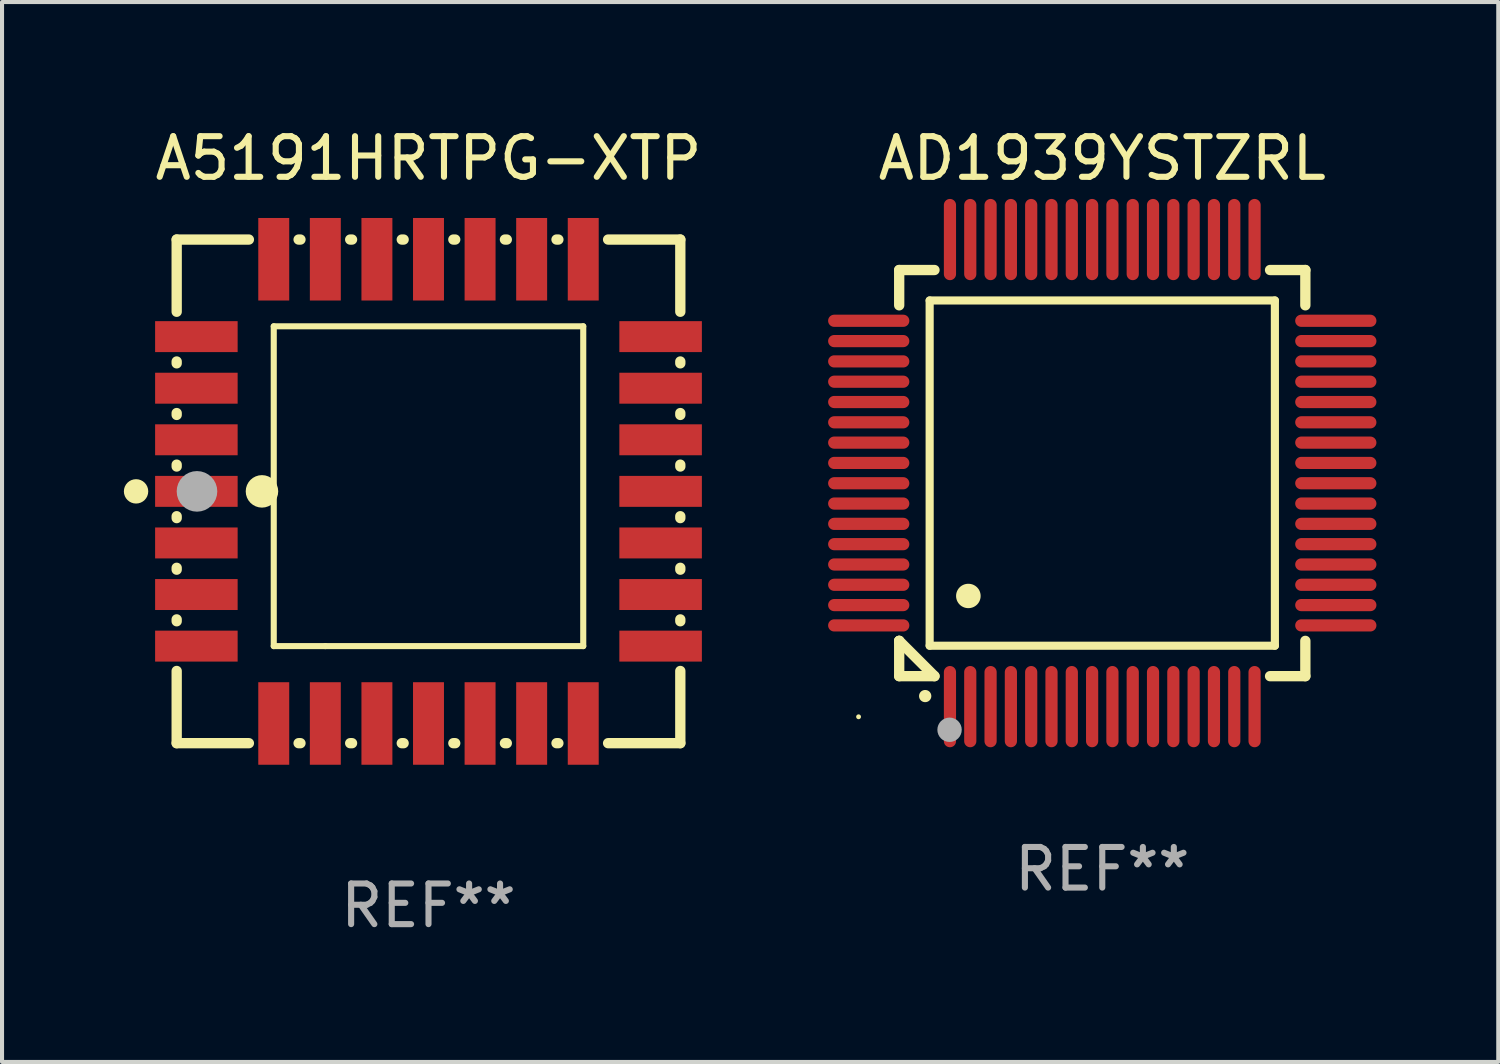
<source format=kicad_pcb>
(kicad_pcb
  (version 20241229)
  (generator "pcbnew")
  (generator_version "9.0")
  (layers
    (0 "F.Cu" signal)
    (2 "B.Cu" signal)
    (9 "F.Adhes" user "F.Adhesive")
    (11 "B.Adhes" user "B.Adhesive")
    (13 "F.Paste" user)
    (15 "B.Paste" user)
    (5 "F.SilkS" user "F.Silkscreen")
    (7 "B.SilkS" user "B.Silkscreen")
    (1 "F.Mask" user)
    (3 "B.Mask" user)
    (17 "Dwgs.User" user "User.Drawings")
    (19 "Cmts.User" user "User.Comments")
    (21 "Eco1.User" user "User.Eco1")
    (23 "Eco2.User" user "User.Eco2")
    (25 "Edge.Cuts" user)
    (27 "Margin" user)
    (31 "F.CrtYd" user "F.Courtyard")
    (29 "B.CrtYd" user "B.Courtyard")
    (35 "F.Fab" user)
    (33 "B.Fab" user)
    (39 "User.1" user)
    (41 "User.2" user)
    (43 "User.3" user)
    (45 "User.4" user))
  (footprint "A5191HRTPG-XTP"
    (layer "F.Cu")
    (at 7.5 9.048)
    (property "Reference" "A5191HRTPG-XTP" (at 0 -8.2 0) (layer "F.SilkS") (effects (font (size 1 1) (thickness 0.15))))
    (attr through_hole)
    (fp_line (start -6.2 -6.2) (end -4.422 -6.2) (stroke (width 0.254) (type solid)) (layer "F.SilkS"))
    (fp_line (start -6.2 -4.422) (end -6.2 -6.2) (stroke (width 0.254) (type solid)) (layer "F.SilkS"))
    (fp_line (start -6.2 -3.152) (end -6.2 -3.198) (stroke (width 0.254) (type solid)) (layer "F.SilkS"))
    (fp_line (start -6.2 -1.882) (end -6.2 -1.928) (stroke (width 0.254) (type solid)) (layer "F.SilkS"))
    (fp_line (start -6.2 -0.612) (end -6.2 -0.658) (stroke (width 0.254) (type solid)) (layer "F.SilkS"))
    (fp_line (start -6.2 0.658) (end -6.2 0.612) (stroke (width 0.254) (type solid)) (layer "F.SilkS"))
    (fp_line (start -6.2 1.928) (end -6.2 1.882) (stroke (width 0.254) (type solid)) (layer "F.SilkS"))
    (fp_line (start -6.2 3.198) (end -6.2 3.152) (stroke (width 0.254) (type solid)) (layer "F.SilkS"))
    (fp_line (start -6.2 6.2) (end -6.2 4.422) (stroke (width 0.254) (type solid)) (layer "F.SilkS"))
    (fp_line (start -4.422 6.2) (end -6.2 6.2) (stroke (width 0.254) (type solid)) (layer "F.SilkS"))
    (fp_line (start -3.81 -4.064) (end 3.81 -4.064) (stroke (width 0.15) (type solid)) (layer "F.SilkS"))
    (fp_line (start -3.81 3.81) (end -3.81 -4.064) (stroke (width 0.15) (type solid)) (layer "F.SilkS"))
    (fp_line (start -3.198 -6.2) (end -3.152 -6.2) (stroke (width 0.254) (type solid)) (layer "F.SilkS"))
    (fp_line (start -3.152 6.2) (end -3.198 6.2) (stroke (width 0.254) (type solid)) (layer "F.SilkS"))
    (fp_line (start -2.54 3.81) (end -3.81 3.81) (stroke (width 0.15) (type solid)) (layer "F.SilkS"))
    (fp_line (start -1.928 -6.2) (end -1.882 -6.2) (stroke (width 0.254) (type solid)) (layer "F.SilkS"))
    (fp_line (start -1.882 6.2) (end -1.928 6.2) (stroke (width 0.254) (type solid)) (layer "F.SilkS"))
    (fp_line (start -0.658 -6.2) (end -0.612 -6.2) (stroke (width 0.254) (type solid)) (layer "F.SilkS"))
    (fp_line (start -0.612 6.2) (end -0.658 6.2) (stroke (width 0.254) (type solid)) (layer "F.SilkS"))
    (fp_line (start 0.612 -6.2) (end 0.658 -6.2) (stroke (width 0.254) (type solid)) (layer "F.SilkS"))
    (fp_line (start 0.658 6.2) (end 0.612 6.2) (stroke (width 0.254) (type solid)) (layer "F.SilkS"))
    (fp_line (start 1.882 -6.2) (end 1.928 -6.2) (stroke (width 0.254) (type solid)) (layer "F.SilkS"))
    (fp_line (start 1.928 6.2) (end 1.882 6.2) (stroke (width 0.254) (type solid)) (layer "F.SilkS"))
    (fp_line (start 3.152 -6.2) (end 3.198 -6.2) (stroke (width 0.254) (type solid)) (layer "F.SilkS"))
    (fp_line (start 3.198 6.2) (end 3.152 6.2) (stroke (width 0.254) (type solid)) (layer "F.SilkS"))
    (fp_line (start 3.81 -4.064) (end 3.81 3.81) (stroke (width 0.15) (type solid)) (layer "F.SilkS"))
    (fp_line (start 3.81 3.81) (end -2.54 3.81) (stroke (width 0.15) (type solid)) (layer "F.SilkS"))
    (fp_line (start 4.422 -6.2) (end 6.2 -6.2) (stroke (width 0.254) (type solid)) (layer "F.SilkS"))
    (fp_line (start 6.2 -6.2) (end 6.2 -4.422) (stroke (width 0.254) (type solid)) (layer "F.SilkS"))
    (fp_line (start 6.2 -3.198) (end 6.2 -3.152) (stroke (width 0.254) (type solid)) (layer "F.SilkS"))
    (fp_line (start 6.2 -1.928) (end 6.2 -1.882) (stroke (width 0.254) (type solid)) (layer "F.SilkS"))
    (fp_line (start 6.2 -0.658) (end 6.2 -0.612) (stroke (width 0.254) (type solid)) (layer "F.SilkS"))
    (fp_line (start 6.2 0.612) (end 6.2 0.658) (stroke (width 0.254) (type solid)) (layer "F.SilkS"))
    (fp_line (start 6.2 1.882) (end 6.2 1.928) (stroke (width 0.254) (type solid)) (layer "F.SilkS"))
    (fp_line (start 6.2 3.152) (end 6.2 3.198) (stroke (width 0.254) (type solid)) (layer "F.SilkS"))
    (fp_line (start 6.2 4.422) (end 6.2 6.2) (stroke (width 0.254) (type solid)) (layer "F.SilkS"))
    (fp_line (start 6.2 6.2) (end 4.422 6.2) (stroke (width 0.254) (type solid)) (layer "F.SilkS"))
    (fp_circle (center -7.2 0) (end -7.05 0) (stroke (width 0.3) (type solid)) (fill no) (layer "F.SilkS"))
    (fp_circle (center -6.223 6.223) (end -6.193 6.223) (stroke (width 0.06) (type solid)) (fill no) (layer "F.SilkS"))
    (fp_circle (center -4.1 0) (end -3.9 0) (stroke (width 0.4) (type solid)) (fill no) (layer "F.SilkS"))
    (fp_circle (center -5.7 0) (end -5.45 0) (stroke (width 0.5) (type solid)) (fill no) (layer "F.Fab"))
    (fp_text user "REF**" (at 0 10.2 0) (layer "F.Fab") (effects (font (size 1 1) (thickness 0.15))))
    (pad "1" smd rect (at -5.715 0) (size 2.032 0.762) (layers "F.Cu" "F.Mask" "F.Paste"))
    (pad "2" smd rect (at -5.715 1.27) (size 2.032 0.762) (layers "F.Cu" "F.Mask" "F.Paste"))
    (pad "3" smd rect (at -5.715 2.54) (size 2.032 0.762) (layers "F.Cu" "F.Mask" "F.Paste"))
    (pad "4" smd rect (at -5.715 3.81) (size 2.032 0.762) (layers "F.Cu" "F.Mask" "F.Paste"))
    (pad "5" smd rect (at -3.81 5.715) (size 0.762 2.032) (layers "F.Cu" "F.Mask" "F.Paste"))
    (pad "6" smd rect (at -2.54 5.715) (size 0.762 2.032) (layers "F.Cu" "F.Mask" "F.Paste"))
    (pad "7" smd rect (at -1.27 5.715) (size 0.762 2.032) (layers "F.Cu" "F.Mask" "F.Paste"))
    (pad "8" smd rect (at 0 5.715) (size 0.762 2.032) (layers "F.Cu" "F.Mask" "F.Paste"))
    (pad "9" smd rect (at 1.27 5.715) (size 0.762 2.032) (layers "F.Cu" "F.Mask" "F.Paste"))
    (pad "10" smd rect (at 2.54 5.715) (size 0.762 2.032) (layers "F.Cu" "F.Mask" "F.Paste"))
    (pad "11" smd rect (at 3.81 5.715) (size 0.762 2.032) (layers "F.Cu" "F.Mask" "F.Paste"))
    (pad "12" smd rect (at 5.715 3.81) (size 2.032 0.762) (layers "F.Cu" "F.Mask" "F.Paste"))
    (pad "13" smd rect (at 5.715 2.54) (size 2.032 0.762) (layers "F.Cu" "F.Mask" "F.Paste"))
    (pad "14" smd rect (at 5.715 1.27) (size 2.032 0.762) (layers "F.Cu" "F.Mask" "F.Paste"))
    (pad "15" smd rect (at 5.715 0) (size 2.032 0.762) (layers "F.Cu" "F.Mask" "F.Paste"))
    (pad "16" smd rect (at 5.715 -1.27) (size 2.032 0.762) (layers "F.Cu" "F.Mask" "F.Paste"))
    (pad "17" smd rect (at 5.715 -2.54) (size 2.032 0.762) (layers "F.Cu" "F.Mask" "F.Paste"))
    (pad "18" smd rect (at 5.715 -3.81) (size 2.032 0.762) (layers "F.Cu" "F.Mask" "F.Paste"))
    (pad "19" smd rect (at 3.81 -5.715) (size 0.762 2.032) (layers "F.Cu" "F.Mask" "F.Paste"))
    (pad "20" smd rect (at 2.54 -5.715) (size 0.762 2.032) (layers "F.Cu" "F.Mask" "F.Paste"))
    (pad "21" smd rect (at 1.27 -5.715) (size 0.762 2.032) (layers "F.Cu" "F.Mask" "F.Paste"))
    (pad "22" smd rect (at 0 -5.715) (size 0.762 2.032) (layers "F.Cu" "F.Mask" "F.Paste"))
    (pad "23" smd rect (at -1.27 -5.715) (size 0.762 2.032) (layers "F.Cu" "F.Mask" "F.Paste"))
    (pad "24" smd rect (at -2.54 -5.715) (size 0.762 2.032) (layers "F.Cu" "F.Mask" "F.Paste"))
    (pad "25" smd rect (at -3.81 -5.715) (size 0.762 2.032) (layers "F.Cu" "F.Mask" "F.Paste"))
    (pad "26" smd rect (at -5.715 -3.81) (size 2.032 0.762) (layers "F.Cu" "F.Mask" "F.Paste"))
    (pad "27" smd rect (at -5.715 -2.54) (size 2.032 0.762) (layers "F.Cu" "F.Mask" "F.Paste"))
    (pad "28" smd rect (at -5.715 -1.27) (size 2.032 0.762) (layers "F.Cu" "F.Mask" "F.Paste")))
  (footprint "AD1939YSTZRL"
    (layer "F.Cu")
    (at 24.089 8.598)
    (property "Reference" "AD1939YSTZRL" (at 0 -7.75 0) (layer "F.SilkS") (effects (font (size 1 1) (thickness 0.15))))
    (attr through_hole)
    (fp_line (start -5 -5) (end -4.131 -5) (stroke (width 0.254) (type solid)) (layer "F.SilkS"))
    (fp_line (start -5 -4.131) (end -5 -5) (stroke (width 0.254) (type solid)) (layer "F.SilkS"))
    (fp_line (start -5 4.131) (end -5 4.131) (stroke (width 0.254) (type solid)) (layer "F.SilkS"))
    (fp_line (start -5 5) (end -5 4.131) (stroke (width 0.254) (type solid)) (layer "F.SilkS"))
    (fp_line (start -5 4.131) (end -4.131 5) (stroke (width 0.254) (type solid)) (layer "F.SilkS"))
    (fp_line (start -4.25 -4.25) (end -4.25 4.25) (stroke (width 0.2) (type solid)) (layer "F.SilkS"))
    (fp_line (start -4.25 4.25) (end 4.25 4.25) (stroke (width 0.2) (type solid)) (layer "F.SilkS"))
    (fp_line (start -4.131 5) (end -5 5) (stroke (width 0.254) (type solid)) (layer "F.SilkS"))
    (fp_line (start 4.25 -4.25) (end -4.25 -4.25) (stroke (width 0.2) (type solid)) (layer "F.SilkS"))
    (fp_line (start 4.25 4.25) (end 4.25 -4.25) (stroke (width 0.2) (type solid)) (layer "F.SilkS"))
    (fp_line (start 5 -5) (end 4.131 -5) (stroke (width 0.254) (type solid)) (layer "F.SilkS"))
    (fp_line (start 5 -5) (end 5 -4.131) (stroke (width 0.254) (type solid)) (layer "F.SilkS"))
    (fp_line (start 5 4.131) (end 5 5) (stroke (width 0.254) (type solid)) (layer "F.SilkS"))
    (fp_line (start 5 5) (end 4.131 5) (stroke (width 0.254) (type solid)) (layer "F.SilkS"))
    (fp_arc (start -4.361265 5.489992) (mid -4.359995 5.489987) (end -4.358725 5.489992) (stroke (width 0.3) (type solid)) (layer "F.SilkS"))
    (fp_arc (start -3.299467 3.025146) (mid -3.296927 3.025135) (end -3.294387 3.025146) (stroke (width 0.6) (type solid)) (layer "F.SilkS"))
    (fp_circle (center -6 6) (end -5.97 6) (stroke (width 0.06) (type solid)) (fill no) (layer "F.SilkS"))
    (fp_circle (center -3.76 6.32) (end -3.61 6.32) (stroke (width 0.3) (type solid)) (fill no) (layer "F.Fab"))
    (fp_text user "REF**" (at 0 9.75 0) (layer "F.Fab") (effects (font (size 1 1) (thickness 0.15))))
    (pad "1" smd oval (at -3.75 5.75) (size 0.3 2) (layers "F.Cu" "F.Mask" "F.Paste"))
    (pad "2" smd oval (at -3.25 5.75) (size 0.3 2) (layers "F.Cu" "F.Mask" "F.Paste"))
    (pad "3" smd oval (at -2.75 5.75) (size 0.3 2) (layers "F.Cu" "F.Mask" "F.Paste"))
    (pad "4" smd oval (at -2.25 5.75) (size 0.3 2) (layers "F.Cu" "F.Mask" "F.Paste"))
    (pad "5" smd oval (at -1.75 5.75) (size 0.3 2) (layers "F.Cu" "F.Mask" "F.Paste"))
    (pad "6" smd oval (at -1.25 5.75) (size 0.3 2) (layers "F.Cu" "F.Mask" "F.Paste"))
    (pad "7" smd oval (at -0.75 5.75) (size 0.3 2) (layers "F.Cu" "F.Mask" "F.Paste"))
    (pad "8" smd oval (at -0.25 5.75) (size 0.3 2) (layers "F.Cu" "F.Mask" "F.Paste"))
    (pad "9" smd oval (at 0.25 5.75) (size 0.3 2) (layers "F.Cu" "F.Mask" "F.Paste"))
    (pad "10" smd oval (at 0.75 5.75) (size 0.3 2) (layers "F.Cu" "F.Mask" "F.Paste"))
    (pad "11" smd oval (at 1.25 5.75) (size 0.3 2) (layers "F.Cu" "F.Mask" "F.Paste"))
    (pad "12" smd oval (at 1.75 5.75) (size 0.3 2) (layers "F.Cu" "F.Mask" "F.Paste"))
    (pad "13" smd oval (at 2.25 5.75) (size 0.3 2) (layers "F.Cu" "F.Mask" "F.Paste"))
    (pad "14" smd oval (at 2.75 5.75) (size 0.3 2) (layers "F.Cu" "F.Mask" "F.Paste"))
    (pad "15" smd oval (at 3.25 5.75) (size 0.3 2) (layers "F.Cu" "F.Mask" "F.Paste"))
    (pad "16" smd oval (at 3.75 5.75) (size 0.3 2) (layers "F.Cu" "F.Mask" "F.Paste"))
    (pad "17" smd oval (at 5.75 3.75) (size 2 0.3) (layers "F.Cu" "F.Mask" "F.Paste"))
    (pad "18" smd oval (at 5.75 3.25) (size 2 0.3) (layers "F.Cu" "F.Mask" "F.Paste"))
    (pad "19" smd oval (at 5.75 2.75) (size 2 0.3) (layers "F.Cu" "F.Mask" "F.Paste"))
    (pad "20" smd oval (at 5.75 2.25) (size 2 0.3) (layers "F.Cu" "F.Mask" "F.Paste"))
    (pad "21" smd oval (at 5.75 1.75) (size 2 0.3) (layers "F.Cu" "F.Mask" "F.Paste"))
    (pad "22" smd oval (at 5.75 1.25) (size 2 0.3) (layers "F.Cu" "F.Mask" "F.Paste"))
    (pad "23" smd oval (at 5.75 0.75) (size 2 0.3) (layers "F.Cu" "F.Mask" "F.Paste"))
    (pad "24" smd oval (at 5.75 0.25) (size 2 0.3) (layers "F.Cu" "F.Mask" "F.Paste"))
    (pad "25" smd oval (at 5.75 -0.25) (size 2 0.3) (layers "F.Cu" "F.Mask" "F.Paste"))
    (pad "26" smd oval (at 5.75 -0.75) (size 2 0.3) (layers "F.Cu" "F.Mask" "F.Paste"))
    (pad "27" smd oval (at 5.75 -1.25) (size 2 0.3) (layers "F.Cu" "F.Mask" "F.Paste"))
    (pad "28" smd oval (at 5.75 -1.75) (size 2 0.3) (layers "F.Cu" "F.Mask" "F.Paste"))
    (pad "29" smd oval (at 5.75 -2.25) (size 2 0.3) (layers "F.Cu" "F.Mask" "F.Paste"))
    (pad "30" smd oval (at 5.75 -2.75) (size 2 0.3) (layers "F.Cu" "F.Mask" "F.Paste"))
    (pad "31" smd oval (at 5.75 -3.25) (size 2 0.3) (layers "F.Cu" "F.Mask" "F.Paste"))
    (pad "32" smd oval (at 5.75 -3.75) (size 2 0.3) (layers "F.Cu" "F.Mask" "F.Paste"))
    (pad "33" smd oval (at 3.75 -5.75) (size 0.3 2) (layers "F.Cu" "F.Mask" "F.Paste"))
    (pad "34" smd oval (at 3.25 -5.75) (size 0.3 2) (layers "F.Cu" "F.Mask" "F.Paste"))
    (pad "35" smd oval (at 2.75 -5.75) (size 0.3 2) (layers "F.Cu" "F.Mask" "F.Paste"))
    (pad "36" smd oval (at 2.25 -5.75) (size 0.3 2) (layers "F.Cu" "F.Mask" "F.Paste"))
    (pad "37" smd oval (at 1.75 -5.75) (size 0.3 2) (layers "F.Cu" "F.Mask" "F.Paste"))
    (pad "38" smd oval (at 1.25 -5.75) (size 0.3 2) (layers "F.Cu" "F.Mask" "F.Paste"))
    (pad "39" smd oval (at 0.75 -5.75) (size 0.3 2) (layers "F.Cu" "F.Mask" "F.Paste"))
    (pad "40" smd oval (at 0.25 -5.75) (size 0.3 2) (layers "F.Cu" "F.Mask" "F.Paste"))
    (pad "41" smd oval (at -0.25 -5.75) (size 0.3 2) (layers "F.Cu" "F.Mask" "F.Paste"))
    (pad "42" smd oval (at -0.75 -5.75) (size 0.3 2) (layers "F.Cu" "F.Mask" "F.Paste"))
    (pad "43" smd oval (at -1.25 -5.75) (size 0.3 2) (layers "F.Cu" "F.Mask" "F.Paste"))
    (pad "44" smd oval (at -1.75 -5.75) (size 0.3 2) (layers "F.Cu" "F.Mask" "F.Paste"))
    (pad "45" smd oval (at -2.25 -5.75) (size 0.3 2) (layers "F.Cu" "F.Mask" "F.Paste"))
    (pad "46" smd oval (at -2.75 -5.75) (size 0.3 2) (layers "F.Cu" "F.Mask" "F.Paste"))
    (pad "47" smd oval (at -3.25 -5.75) (size 0.3 2) (layers "F.Cu" "F.Mask" "F.Paste"))
    (pad "48" smd oval (at -3.75 -5.75) (size 0.3 2) (layers "F.Cu" "F.Mask" "F.Paste"))
    (pad "49" smd oval (at -5.75 -3.75) (size 2 0.3) (layers "F.Cu" "F.Mask" "F.Paste"))
    (pad "50" smd oval (at -5.75 -3.25) (size 2 0.3) (layers "F.Cu" "F.Mask" "F.Paste"))
    (pad "51" smd oval (at -5.75 -2.75) (size 2 0.3) (layers "F.Cu" "F.Mask" "F.Paste"))
    (pad "52" smd oval (at -5.75 -2.25) (size 2 0.3) (layers "F.Cu" "F.Mask" "F.Paste"))
    (pad "53" smd oval (at -5.75 -1.75) (size 2 0.3) (layers "F.Cu" "F.Mask" "F.Paste"))
    (pad "54" smd oval (at -5.75 -1.25) (size 2 0.3) (layers "F.Cu" "F.Mask" "F.Paste"))
    (pad "55" smd oval (at -5.75 -0.75) (size 2 0.3) (layers "F.Cu" "F.Mask" "F.Paste"))
    (pad "56" smd oval (at -5.75 -0.25) (size 2 0.3) (layers "F.Cu" "F.Mask" "F.Paste"))
    (pad "57" smd oval (at -5.75 0.25) (size 2 0.3) (layers "F.Cu" "F.Mask" "F.Paste"))
    (pad "58" smd oval (at -5.75 0.75) (size 2 0.3) (layers "F.Cu" "F.Mask" "F.Paste"))
    (pad "59" smd oval (at -5.75 1.25) (size 2 0.3) (layers "F.Cu" "F.Mask" "F.Paste"))
    (pad "60" smd oval (at -5.75 1.75) (size 2 0.3) (layers "F.Cu" "F.Mask" "F.Paste"))
    (pad "61" smd oval (at -5.75 2.25) (size 2 0.3) (layers "F.Cu" "F.Mask" "F.Paste"))
    (pad "62" smd oval (at -5.75 2.75) (size 2 0.3) (layers "F.Cu" "F.Mask" "F.Paste"))
    (pad "63" smd oval (at -5.75 3.25) (size 2 0.3) (layers "F.Cu" "F.Mask" "F.Paste"))
    (pad "64" smd oval (at -5.75 3.75) (size 2 0.3) (layers "F.Cu" "F.Mask" "F.Paste")))
  (gr_rect
    (start -3 -3)
    (end 33.839 23.096)
    (stroke (width 0.1) (type default))
    (fill no)
    (layer "Edge.Cuts")))
</source>
